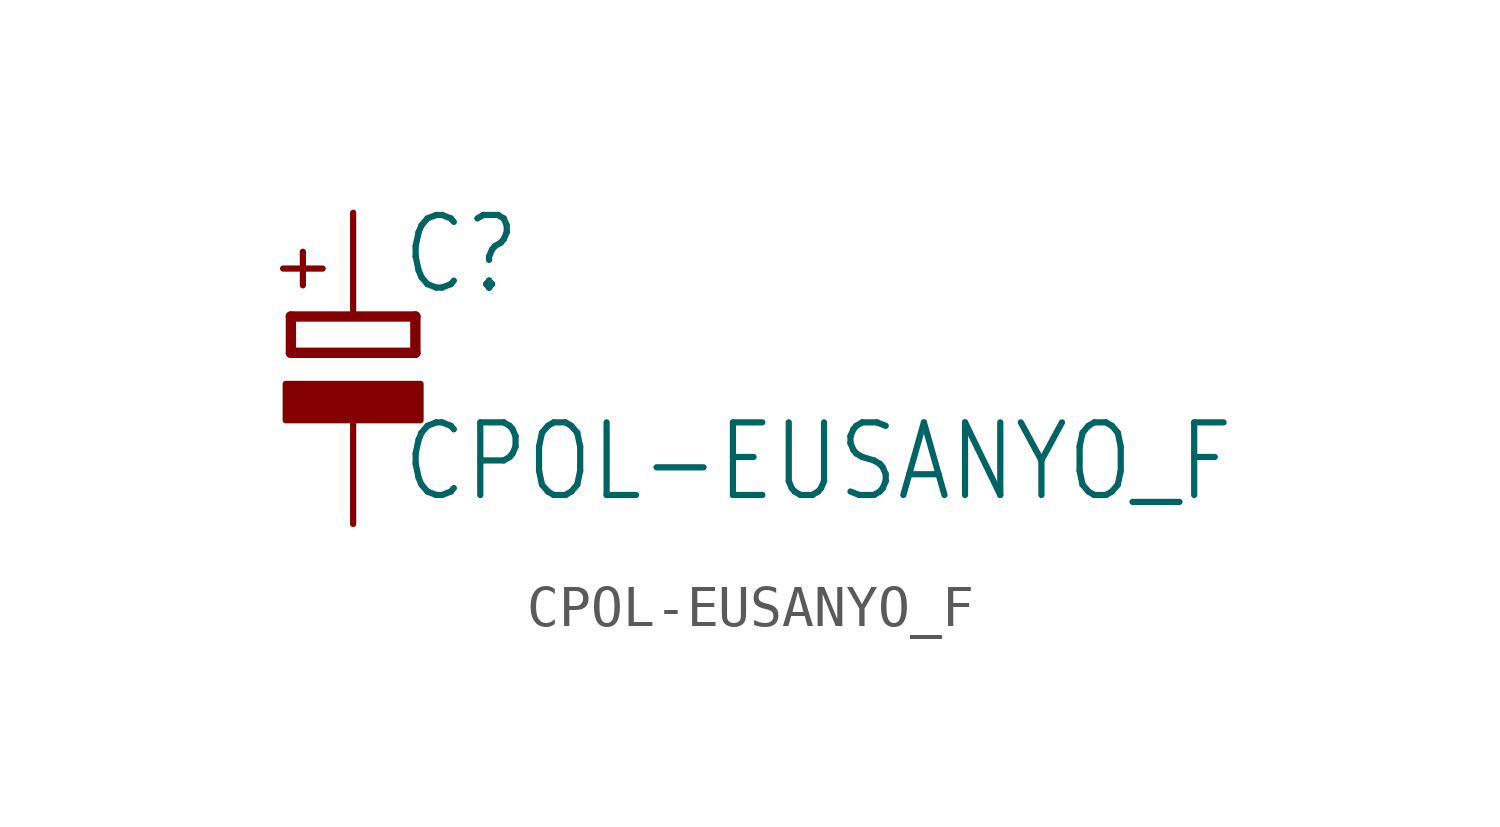
<source format=kicad_sym>
(kicad_symbol_lib
  (version 20220331)
  (generator kicad_symbol_editor)
  (symbol "CPOL-EUSANYO_F"
    (property "Reference" "C"
      (at 1.143 0.483 0)
      (effects (font (size 1.778 1.511)) (justify left bottom)))
    (property "Value" "CPOL-EUSANYO_F"
      (at 1.143 -4.597 0)
      (effects (font (size 1.778 1.511)) (justify left bottom)))
    (property "ki_locked" ""
      (at 0 0 0)
      (effects (font (size 1.27 1.27))))
    (symbol "CPOL-EUSANYO_F_1_0"
      (rectangle (start -1.651 -2.54) (end 1.651 -1.651) (stroke (width 0) (type default)) (fill (type outline)))
      (polyline (pts (xy -1.524 -0.889) (xy 1.524 -0.889)) (stroke (width 0.254) (type solid)) (fill (type none)))
      (polyline (pts (xy -1.524 0) (xy -1.524 -0.889)) (stroke (width 0.254) (type solid)) (fill (type none)))
      (polyline (pts (xy -1.524 0) (xy 1.524 0)) (stroke (width 0.254) (type solid)) (fill (type none)))
      (polyline (pts (xy 1.524 -0.889) (xy 1.524 0)) (stroke (width 0.254) (type solid)) (fill (type none)))
      (text "+" (at -0.584 0.406 900) (effects (font (size 1.27 1.079)) (justify left bottom)))
      (pin passive line (at 0 2.54 270) (length 2.54) (name "+" (effects (font (size 0 0)))) (number "+" (effects (font (size 0 0)))))
      (pin passive line (at 0 -5.08 90) (length 2.54) (name "-" (effects (font (size 0 0)))) (number "-" (effects (font (size 0 0))))))))
</source>
